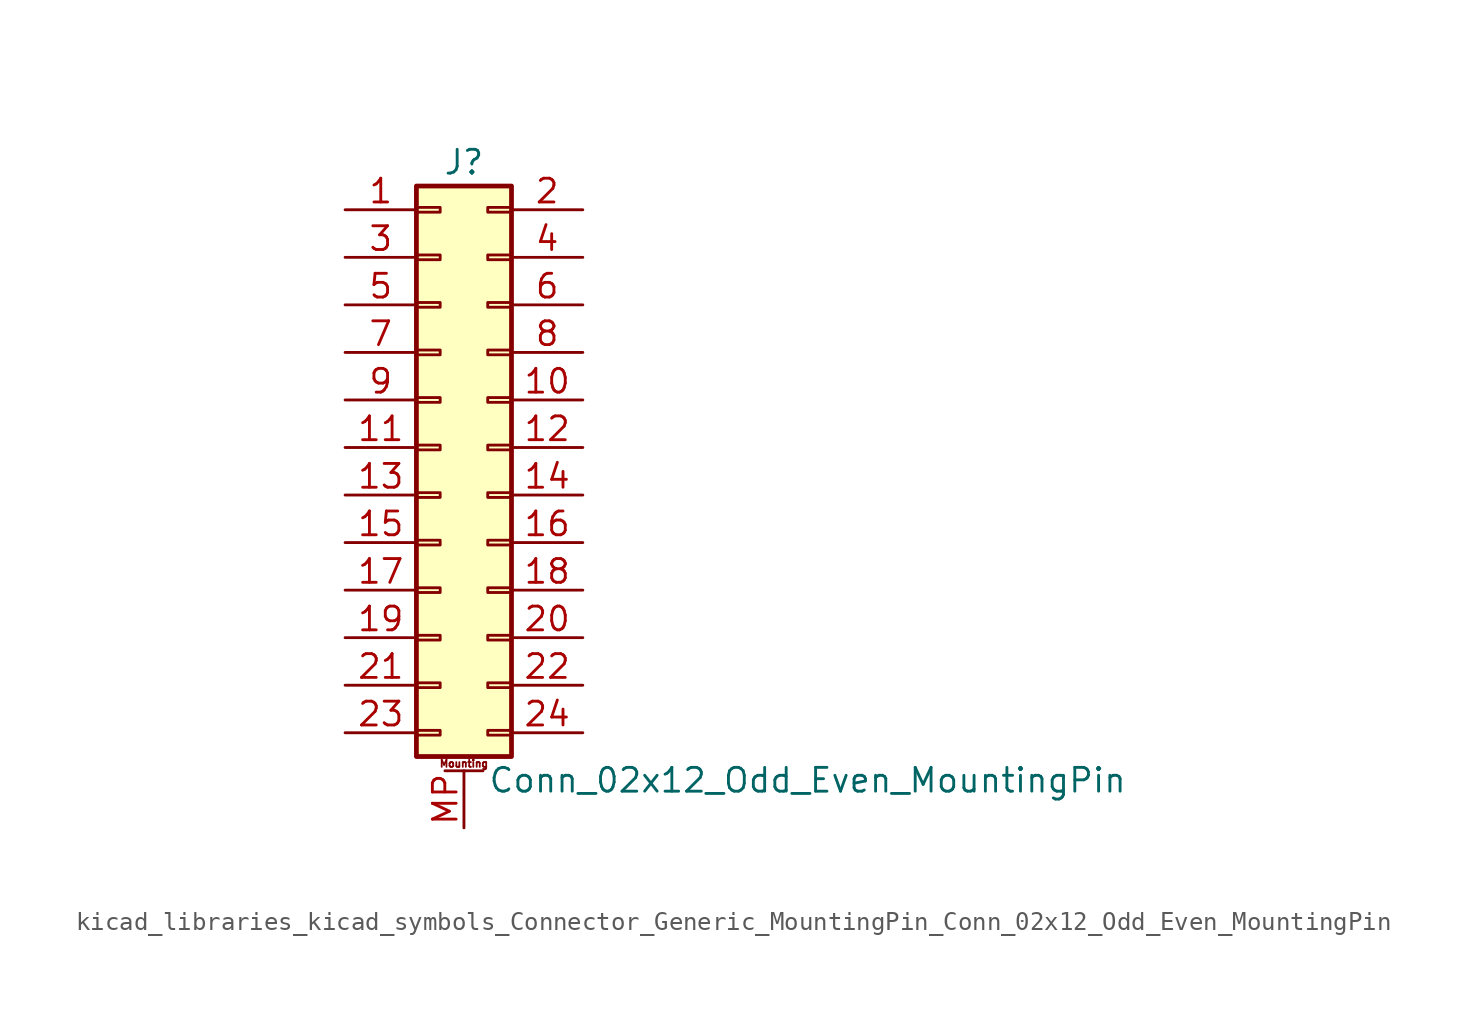
<source format=kicad_sym>
(kicad_symbol_lib
  (version 20220914)
  (generator kicad_symbol_editor)
  (symbol "kicad_libraries_kicad_symbols_Connector_Generic_MountingPin_Conn_02x12_Odd_Even_MountingPin"
    (pin_names
      (offset 1.016) hide)
    (property "Reference" "J"
      (at 1.27 15.24 0)
      (effects (font (size 1.27 1.27))))
    (property "Value" "Conn_02x12_Odd_Even_MountingPin"
      (at 2.54 -17.78 0)
      (effects (font (size 1.27 1.27)) (justify left)))
    (symbol "kicad_libraries_kicad_symbols_Connector_Generic_MountingPin_Conn_02x12_Odd_Even_MountingPin_1_1"
      (rectangle (start -1.27 -15.113) (end 0 -15.367) (stroke (width 0.152) (type default)) (fill (type none)))
      (rectangle (start -1.27 -12.573) (end 0 -12.827) (stroke (width 0.152) (type default)) (fill (type none)))
      (rectangle (start -1.27 -10.033) (end 0 -10.287) (stroke (width 0.152) (type default)) (fill (type none)))
      (rectangle (start -1.27 -7.493) (end 0 -7.747) (stroke (width 0.152) (type default)) (fill (type none)))
      (rectangle (start -1.27 -4.953) (end 0 -5.207) (stroke (width 0.152) (type default)) (fill (type none)))
      (rectangle (start -1.27 -2.413) (end 0 -2.667) (stroke (width 0.152) (type default)) (fill (type none)))
      (rectangle (start -1.27 0.127) (end 0 -0.127) (stroke (width 0.152) (type default)) (fill (type none)))
      (rectangle (start -1.27 2.667) (end 0 2.413) (stroke (width 0.152) (type default)) (fill (type none)))
      (rectangle (start -1.27 5.207) (end 0 4.953) (stroke (width 0.152) (type default)) (fill (type none)))
      (rectangle (start -1.27 7.747) (end 0 7.493) (stroke (width 0.152) (type default)) (fill (type none)))
      (rectangle (start -1.27 10.287) (end 0 10.033) (stroke (width 0.152) (type default)) (fill (type none)))
      (rectangle (start -1.27 12.827) (end 0 12.573) (stroke (width 0.152) (type default)) (fill (type none)))
      (rectangle (start -1.27 13.97) (end 3.81 -16.51) (stroke (width 0.254) (type default)) (fill (type background)))
      (polyline (pts (xy 0.254 -17.272) (xy 2.286 -17.272)) (stroke (width 0.152) (type default)) (fill (type none)))
      (rectangle (start 3.81 -15.113) (end 2.54 -15.367) (stroke (width 0.152) (type default)) (fill (type none)))
      (rectangle (start 3.81 -12.573) (end 2.54 -12.827) (stroke (width 0.152) (type default)) (fill (type none)))
      (rectangle (start 3.81 -10.033) (end 2.54 -10.287) (stroke (width 0.152) (type default)) (fill (type none)))
      (rectangle (start 3.81 -7.493) (end 2.54 -7.747) (stroke (width 0.152) (type default)) (fill (type none)))
      (rectangle (start 3.81 -4.953) (end 2.54 -5.207) (stroke (width 0.152) (type default)) (fill (type none)))
      (rectangle (start 3.81 -2.413) (end 2.54 -2.667) (stroke (width 0.152) (type default)) (fill (type none)))
      (rectangle (start 3.81 0.127) (end 2.54 -0.127) (stroke (width 0.152) (type default)) (fill (type none)))
      (rectangle (start 3.81 2.667) (end 2.54 2.413) (stroke (width 0.152) (type default)) (fill (type none)))
      (rectangle (start 3.81 5.207) (end 2.54 4.953) (stroke (width 0.152) (type default)) (fill (type none)))
      (rectangle (start 3.81 7.747) (end 2.54 7.493) (stroke (width 0.152) (type default)) (fill (type none)))
      (rectangle (start 3.81 10.287) (end 2.54 10.033) (stroke (width 0.152) (type default)) (fill (type none)))
      (rectangle (start 3.81 12.827) (end 2.54 12.573) (stroke (width 0.152) (type default)) (fill (type none)))
      (text "Mounting" (at 1.27 -16.891 0) (effects (font (size 0.381 0.381))))
      (pin passive line (at -5.08 12.7 0) (length 3.81) (name "Pin_1" (effects (font (size 1.27 1.27)))) (number "1" (effects (font (size 1.27 1.27)))))
      (pin passive line (at 7.62 2.54 180) (length 3.81) (name "Pin_10" (effects (font (size 1.27 1.27)))) (number "10" (effects (font (size 1.27 1.27)))))
      (pin passive line (at -5.08 0 0) (length 3.81) (name "Pin_11" (effects (font (size 1.27 1.27)))) (number "11" (effects (font (size 1.27 1.27)))))
      (pin passive line (at 7.62 0 180) (length 3.81) (name "Pin_12" (effects (font (size 1.27 1.27)))) (number "12" (effects (font (size 1.27 1.27)))))
      (pin passive line (at -5.08 -2.54 0) (length 3.81) (name "Pin_13" (effects (font (size 1.27 1.27)))) (number "13" (effects (font (size 1.27 1.27)))))
      (pin passive line (at 7.62 -2.54 180) (length 3.81) (name "Pin_14" (effects (font (size 1.27 1.27)))) (number "14" (effects (font (size 1.27 1.27)))))
      (pin passive line (at -5.08 -5.08 0) (length 3.81) (name "Pin_15" (effects (font (size 1.27 1.27)))) (number "15" (effects (font (size 1.27 1.27)))))
      (pin passive line (at 7.62 -5.08 180) (length 3.81) (name "Pin_16" (effects (font (size 1.27 1.27)))) (number "16" (effects (font (size 1.27 1.27)))))
      (pin passive line (at -5.08 -7.62 0) (length 3.81) (name "Pin_17" (effects (font (size 1.27 1.27)))) (number "17" (effects (font (size 1.27 1.27)))))
      (pin passive line (at 7.62 -7.62 180) (length 3.81) (name "Pin_18" (effects (font (size 1.27 1.27)))) (number "18" (effects (font (size 1.27 1.27)))))
      (pin passive line (at -5.08 -10.16 0) (length 3.81) (name "Pin_19" (effects (font (size 1.27 1.27)))) (number "19" (effects (font (size 1.27 1.27)))))
      (pin passive line (at 7.62 12.7 180) (length 3.81) (name "Pin_2" (effects (font (size 1.27 1.27)))) (number "2" (effects (font (size 1.27 1.27)))))
      (pin passive line (at 7.62 -10.16 180) (length 3.81) (name "Pin_20" (effects (font (size 1.27 1.27)))) (number "20" (effects (font (size 1.27 1.27)))))
      (pin passive line (at -5.08 -12.7 0) (length 3.81) (name "Pin_21" (effects (font (size 1.27 1.27)))) (number "21" (effects (font (size 1.27 1.27)))))
      (pin passive line (at 7.62 -12.7 180) (length 3.81) (name "Pin_22" (effects (font (size 1.27 1.27)))) (number "22" (effects (font (size 1.27 1.27)))))
      (pin passive line (at -5.08 -15.24 0) (length 3.81) (name "Pin_23" (effects (font (size 1.27 1.27)))) (number "23" (effects (font (size 1.27 1.27)))))
      (pin passive line (at 7.62 -15.24 180) (length 3.81) (name "Pin_24" (effects (font (size 1.27 1.27)))) (number "24" (effects (font (size 1.27 1.27)))))
      (pin passive line (at -5.08 10.16 0) (length 3.81) (name "Pin_3" (effects (font (size 1.27 1.27)))) (number "3" (effects (font (size 1.27 1.27)))))
      (pin passive line (at 7.62 10.16 180) (length 3.81) (name "Pin_4" (effects (font (size 1.27 1.27)))) (number "4" (effects (font (size 1.27 1.27)))))
      (pin passive line (at -5.08 7.62 0) (length 3.81) (name "Pin_5" (effects (font (size 1.27 1.27)))) (number "5" (effects (font (size 1.27 1.27)))))
      (pin passive line (at 7.62 7.62 180) (length 3.81) (name "Pin_6" (effects (font (size 1.27 1.27)))) (number "6" (effects (font (size 1.27 1.27)))))
      (pin passive line (at -5.08 5.08 0) (length 3.81) (name "Pin_7" (effects (font (size 1.27 1.27)))) (number "7" (effects (font (size 1.27 1.27)))))
      (pin passive line (at 7.62 5.08 180) (length 3.81) (name "Pin_8" (effects (font (size 1.27 1.27)))) (number "8" (effects (font (size 1.27 1.27)))))
      (pin passive line (at -5.08 2.54 0) (length 3.81) (name "Pin_9" (effects (font (size 1.27 1.27)))) (number "9" (effects (font (size 1.27 1.27)))))
      (pin passive line (at 1.27 -20.32 90) (length 3.048) (name "MountPin" (effects (font (size 1.27 1.27)))) (number "MP" (effects (font (size 1.27 1.27))))))))
</source>
